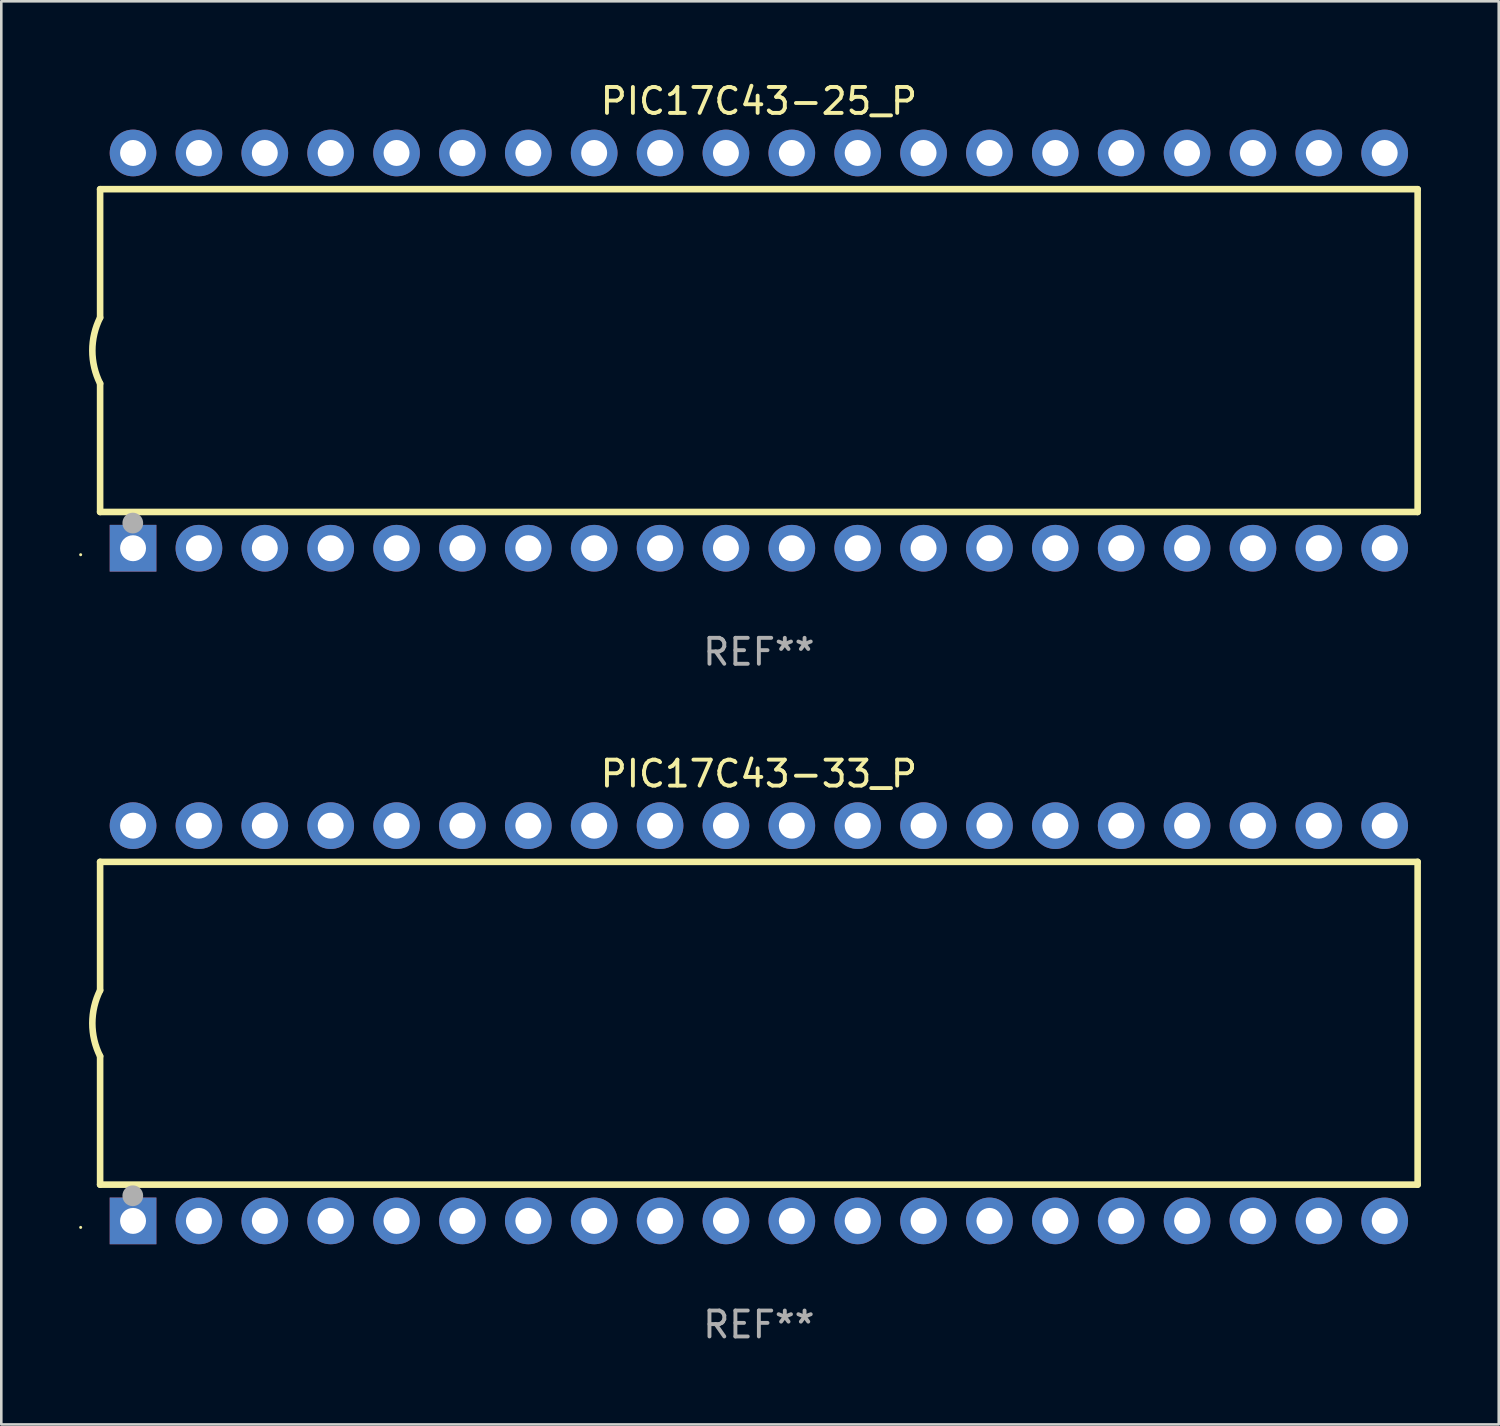
<source format=kicad_pcb>
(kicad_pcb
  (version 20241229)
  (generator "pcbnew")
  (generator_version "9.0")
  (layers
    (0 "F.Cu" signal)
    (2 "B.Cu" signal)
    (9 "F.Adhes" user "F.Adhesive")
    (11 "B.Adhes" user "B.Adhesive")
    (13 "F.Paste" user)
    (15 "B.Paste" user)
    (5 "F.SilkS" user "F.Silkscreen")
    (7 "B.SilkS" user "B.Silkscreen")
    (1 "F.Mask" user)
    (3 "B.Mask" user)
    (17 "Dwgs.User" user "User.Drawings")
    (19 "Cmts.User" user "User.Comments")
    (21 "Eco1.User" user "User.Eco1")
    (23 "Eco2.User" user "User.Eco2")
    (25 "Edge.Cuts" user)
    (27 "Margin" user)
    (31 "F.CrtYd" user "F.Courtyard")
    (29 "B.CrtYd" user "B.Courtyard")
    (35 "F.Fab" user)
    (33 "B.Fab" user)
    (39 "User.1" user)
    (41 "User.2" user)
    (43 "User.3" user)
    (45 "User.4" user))
  (footprint "PIC17C43-25_P"
    (layer "F.Cu")
    (at 26.21 10.468)
    (property "Reference" "PIC17C43-25_P" (at 0 -9.62 0) (layer "F.SilkS") (effects (font (size 1 1) (thickness 0.15))))
    (attr through_hole)
    (fp_line (start -25.4 -6.224) (end -25.4 -1.271) (stroke (width 0.254) (type solid)) (layer "F.SilkS"))
    (fp_line (start -25.4 -6.224) (end 25.4 -6.224) (stroke (width 0.254) (type solid)) (layer "F.SilkS"))
    (fp_line (start -25.4 1.269) (end -25.4 6.222) (stroke (width 0.254) (type solid)) (layer "F.SilkS"))
    (fp_line (start -25.4 6.222) (end 25.4 6.222) (stroke (width 0.254) (type solid)) (layer "F.SilkS"))
    (fp_line (start 25.4 6.222) (end 25.4 -6.224) (stroke (width 0.254) (type solid)) (layer "F.SilkS"))
    (fp_arc (start -25.4 1.269241) (mid -25.699807 -0.000762) (end -25.4 -1.270765) (stroke (width 0.254001) (type solid)) (layer "F.SilkS"))
    (fp_circle (center -26.15 7.87) (end -26.12 7.87) (stroke (width 0.06) (type solid)) (fill no) (layer "F.SilkS"))
    (fp_circle (center -24.14 6.65) (end -23.94 6.65) (stroke (width 0.4) (type solid)) (fill no) (layer "F.Fab"))
    (fp_text user "REF**" (at 0 11.62 0) (layer "F.Fab") (effects (font (size 1 1) (thickness 0.15))))
    (pad "1" thru_hole rect (at -24.13 7.62 90) (size 1.8 1.8) (drill 1) (layers "*.Cu" "*.Mask"))
    (pad "2" thru_hole circle (at -21.59 7.62) (size 1.8 1.8) (drill 1) (layers "*.Cu" "*.Mask"))
    (pad "3" thru_hole circle (at -19.05 7.62) (size 1.8 1.8) (drill 1) (layers "*.Cu" "*.Mask"))
    (pad "4" thru_hole circle (at -16.51 7.62) (size 1.8 1.8) (drill 1) (layers "*.Cu" "*.Mask"))
    (pad "5" thru_hole circle (at -13.97 7.62) (size 1.8 1.8) (drill 1) (layers "*.Cu" "*.Mask"))
    (pad "6" thru_hole circle (at -11.43 7.62) (size 1.8 1.8) (drill 1) (layers "*.Cu" "*.Mask"))
    (pad "7" thru_hole circle (at -8.89 7.62) (size 1.8 1.8) (drill 1) (layers "*.Cu" "*.Mask"))
    (pad "8" thru_hole circle (at -6.35 7.62) (size 1.8 1.8) (drill 1) (layers "*.Cu" "*.Mask"))
    (pad "9" thru_hole circle (at -3.81 7.62) (size 1.8 1.8) (drill 1) (layers "*.Cu" "*.Mask"))
    (pad "10" thru_hole circle (at -1.27 7.62) (size 1.8 1.8) (drill 1) (layers "*.Cu" "*.Mask"))
    (pad "11" thru_hole circle (at 1.27 7.62) (size 1.8 1.8) (drill 1) (layers "*.Cu" "*.Mask"))
    (pad "12" thru_hole circle (at 3.81 7.62) (size 1.8 1.8) (drill 1) (layers "*.Cu" "*.Mask"))
    (pad "13" thru_hole circle (at 6.35 7.62) (size 1.8 1.8) (drill 1) (layers "*.Cu" "*.Mask"))
    (pad "14" thru_hole circle (at 8.89 7.62) (size 1.8 1.8) (drill 1) (layers "*.Cu" "*.Mask"))
    (pad "15" thru_hole circle (at 11.43 7.62) (size 1.8 1.8) (drill 1) (layers "*.Cu" "*.Mask"))
    (pad "16" thru_hole circle (at 13.97 7.62) (size 1.8 1.8) (drill 1) (layers "*.Cu" "*.Mask"))
    (pad "17" thru_hole circle (at 16.51 7.62) (size 1.8 1.8) (drill 1) (layers "*.Cu" "*.Mask"))
    (pad "18" thru_hole circle (at 19.05 7.62) (size 1.8 1.8) (drill 1) (layers "*.Cu" "*.Mask"))
    (pad "19" thru_hole circle (at 21.59 7.62) (size 1.8 1.8) (drill 1) (layers "*.Cu" "*.Mask"))
    (pad "20" thru_hole circle (at 24.13 7.62) (size 1.8 1.8) (drill 1) (layers "*.Cu" "*.Mask"))
    (pad "21" thru_hole circle (at 24.13 -7.62) (size 1.8 1.8) (drill 1) (layers "*.Cu" "*.Mask"))
    (pad "22" thru_hole circle (at 21.59 -7.62) (size 1.8 1.8) (drill 1) (layers "*.Cu" "*.Mask"))
    (pad "23" thru_hole circle (at 19.05 -7.62) (size 1.8 1.8) (drill 1) (layers "*.Cu" "*.Mask"))
    (pad "24" thru_hole circle (at 16.51 -7.62) (size 1.8 1.8) (drill 1) (layers "*.Cu" "*.Mask"))
    (pad "25" thru_hole circle (at 13.97 -7.62) (size 1.8 1.8) (drill 1) (layers "*.Cu" "*.Mask"))
    (pad "26" thru_hole circle (at 11.43 -7.62) (size 1.8 1.8) (drill 1) (layers "*.Cu" "*.Mask"))
    (pad "27" thru_hole circle (at 8.89 -7.62) (size 1.8 1.8) (drill 1) (layers "*.Cu" "*.Mask"))
    (pad "28" thru_hole circle (at 6.35 -7.62) (size 1.8 1.8) (drill 1) (layers "*.Cu" "*.Mask"))
    (pad "29" thru_hole circle (at 3.81 -7.62) (size 1.8 1.8) (drill 1) (layers "*.Cu" "*.Mask"))
    (pad "30" thru_hole circle (at 1.27 -7.62) (size 1.8 1.8) (drill 1) (layers "*.Cu" "*.Mask"))
    (pad "31" thru_hole circle (at -1.27 -7.62) (size 1.8 1.8) (drill 1) (layers "*.Cu" "*.Mask"))
    (pad "32" thru_hole circle (at -3.81 -7.62) (size 1.8 1.8) (drill 1) (layers "*.Cu" "*.Mask"))
    (pad "33" thru_hole circle (at -6.35 -7.62) (size 1.8 1.8) (drill 1) (layers "*.Cu" "*.Mask"))
    (pad "34" thru_hole circle (at -8.89 -7.62) (size 1.8 1.8) (drill 1) (layers "*.Cu" "*.Mask"))
    (pad "35" thru_hole circle (at -11.43 -7.62) (size 1.8 1.8) (drill 1) (layers "*.Cu" "*.Mask"))
    (pad "36" thru_hole circle (at -13.97 -7.62) (size 1.8 1.8) (drill 1) (layers "*.Cu" "*.Mask"))
    (pad "37" thru_hole circle (at -16.51 -7.62) (size 1.8 1.8) (drill 1) (layers "*.Cu" "*.Mask"))
    (pad "38" thru_hole circle (at -19.05 -7.62) (size 1.8 1.8) (drill 1) (layers "*.Cu" "*.Mask"))
    (pad "39" thru_hole circle (at -21.59 -7.62) (size 1.8 1.8) (drill 1) (layers "*.Cu" "*.Mask"))
    (pad "40" thru_hole circle (at -24.13 -7.62) (size 1.8 1.8) (drill 1) (layers "*.Cu" "*.Mask")))
  (footprint "PIC17C43-33_P"
    (layer "F.Cu")
    (at 26.21 36.405)
    (property "Reference" "PIC17C43-33_P" (at 0 -9.62 0) (layer "F.SilkS") (effects (font (size 1 1) (thickness 0.15))))
    (attr through_hole)
    (fp_line (start -25.4 -6.224) (end -25.4 -1.271) (stroke (width 0.254) (type solid)) (layer "F.SilkS"))
    (fp_line (start -25.4 -6.224) (end 25.4 -6.224) (stroke (width 0.254) (type solid)) (layer "F.SilkS"))
    (fp_line (start -25.4 1.269) (end -25.4 6.222) (stroke (width 0.254) (type solid)) (layer "F.SilkS"))
    (fp_line (start -25.4 6.222) (end 25.4 6.222) (stroke (width 0.254) (type solid)) (layer "F.SilkS"))
    (fp_line (start 25.4 6.222) (end 25.4 -6.224) (stroke (width 0.254) (type solid)) (layer "F.SilkS"))
    (fp_arc (start -25.4 1.269241) (mid -25.699807 -0.000762) (end -25.4 -1.270765) (stroke (width 0.254001) (type solid)) (layer "F.SilkS"))
    (fp_circle (center -26.15 7.87) (end -26.12 7.87) (stroke (width 0.06) (type solid)) (fill no) (layer "F.SilkS"))
    (fp_circle (center -24.14 6.65) (end -23.94 6.65) (stroke (width 0.4) (type solid)) (fill no) (layer "F.Fab"))
    (fp_text user "REF**" (at 0 11.62 0) (layer "F.Fab") (effects (font (size 1 1) (thickness 0.15))))
    (pad "1" thru_hole rect (at -24.13 7.62 90) (size 1.8 1.8) (drill 1) (layers "*.Cu" "*.Mask"))
    (pad "2" thru_hole circle (at -21.59 7.62) (size 1.8 1.8) (drill 1) (layers "*.Cu" "*.Mask"))
    (pad "3" thru_hole circle (at -19.05 7.62) (size 1.8 1.8) (drill 1) (layers "*.Cu" "*.Mask"))
    (pad "4" thru_hole circle (at -16.51 7.62) (size 1.8 1.8) (drill 1) (layers "*.Cu" "*.Mask"))
    (pad "5" thru_hole circle (at -13.97 7.62) (size 1.8 1.8) (drill 1) (layers "*.Cu" "*.Mask"))
    (pad "6" thru_hole circle (at -11.43 7.62) (size 1.8 1.8) (drill 1) (layers "*.Cu" "*.Mask"))
    (pad "7" thru_hole circle (at -8.89 7.62) (size 1.8 1.8) (drill 1) (layers "*.Cu" "*.Mask"))
    (pad "8" thru_hole circle (at -6.35 7.62) (size 1.8 1.8) (drill 1) (layers "*.Cu" "*.Mask"))
    (pad "9" thru_hole circle (at -3.81 7.62) (size 1.8 1.8) (drill 1) (layers "*.Cu" "*.Mask"))
    (pad "10" thru_hole circle (at -1.27 7.62) (size 1.8 1.8) (drill 1) (layers "*.Cu" "*.Mask"))
    (pad "11" thru_hole circle (at 1.27 7.62) (size 1.8 1.8) (drill 1) (layers "*.Cu" "*.Mask"))
    (pad "12" thru_hole circle (at 3.81 7.62) (size 1.8 1.8) (drill 1) (layers "*.Cu" "*.Mask"))
    (pad "13" thru_hole circle (at 6.35 7.62) (size 1.8 1.8) (drill 1) (layers "*.Cu" "*.Mask"))
    (pad "14" thru_hole circle (at 8.89 7.62) (size 1.8 1.8) (drill 1) (layers "*.Cu" "*.Mask"))
    (pad "15" thru_hole circle (at 11.43 7.62) (size 1.8 1.8) (drill 1) (layers "*.Cu" "*.Mask"))
    (pad "16" thru_hole circle (at 13.97 7.62) (size 1.8 1.8) (drill 1) (layers "*.Cu" "*.Mask"))
    (pad "17" thru_hole circle (at 16.51 7.62) (size 1.8 1.8) (drill 1) (layers "*.Cu" "*.Mask"))
    (pad "18" thru_hole circle (at 19.05 7.62) (size 1.8 1.8) (drill 1) (layers "*.Cu" "*.Mask"))
    (pad "19" thru_hole circle (at 21.59 7.62) (size 1.8 1.8) (drill 1) (layers "*.Cu" "*.Mask"))
    (pad "20" thru_hole circle (at 24.13 7.62) (size 1.8 1.8) (drill 1) (layers "*.Cu" "*.Mask"))
    (pad "21" thru_hole circle (at 24.13 -7.62) (size 1.8 1.8) (drill 1) (layers "*.Cu" "*.Mask"))
    (pad "22" thru_hole circle (at 21.59 -7.62) (size 1.8 1.8) (drill 1) (layers "*.Cu" "*.Mask"))
    (pad "23" thru_hole circle (at 19.05 -7.62) (size 1.8 1.8) (drill 1) (layers "*.Cu" "*.Mask"))
    (pad "24" thru_hole circle (at 16.51 -7.62) (size 1.8 1.8) (drill 1) (layers "*.Cu" "*.Mask"))
    (pad "25" thru_hole circle (at 13.97 -7.62) (size 1.8 1.8) (drill 1) (layers "*.Cu" "*.Mask"))
    (pad "26" thru_hole circle (at 11.43 -7.62) (size 1.8 1.8) (drill 1) (layers "*.Cu" "*.Mask"))
    (pad "27" thru_hole circle (at 8.89 -7.62) (size 1.8 1.8) (drill 1) (layers "*.Cu" "*.Mask"))
    (pad "28" thru_hole circle (at 6.35 -7.62) (size 1.8 1.8) (drill 1) (layers "*.Cu" "*.Mask"))
    (pad "29" thru_hole circle (at 3.81 -7.62) (size 1.8 1.8) (drill 1) (layers "*.Cu" "*.Mask"))
    (pad "30" thru_hole circle (at 1.27 -7.62) (size 1.8 1.8) (drill 1) (layers "*.Cu" "*.Mask"))
    (pad "31" thru_hole circle (at -1.27 -7.62) (size 1.8 1.8) (drill 1) (layers "*.Cu" "*.Mask"))
    (pad "32" thru_hole circle (at -3.81 -7.62) (size 1.8 1.8) (drill 1) (layers "*.Cu" "*.Mask"))
    (pad "33" thru_hole circle (at -6.35 -7.62) (size 1.8 1.8) (drill 1) (layers "*.Cu" "*.Mask"))
    (pad "34" thru_hole circle (at -8.89 -7.62) (size 1.8 1.8) (drill 1) (layers "*.Cu" "*.Mask"))
    (pad "35" thru_hole circle (at -11.43 -7.62) (size 1.8 1.8) (drill 1) (layers "*.Cu" "*.Mask"))
    (pad "36" thru_hole circle (at -13.97 -7.62) (size 1.8 1.8) (drill 1) (layers "*.Cu" "*.Mask"))
    (pad "37" thru_hole circle (at -16.51 -7.62) (size 1.8 1.8) (drill 1) (layers "*.Cu" "*.Mask"))
    (pad "38" thru_hole circle (at -19.05 -7.62) (size 1.8 1.8) (drill 1) (layers "*.Cu" "*.Mask"))
    (pad "39" thru_hole circle (at -21.59 -7.62) (size 1.8 1.8) (drill 1) (layers "*.Cu" "*.Mask"))
    (pad "40" thru_hole circle (at -24.13 -7.62) (size 1.8 1.8) (drill 1) (layers "*.Cu" "*.Mask")))
  (gr_rect
    (start -3 -3)
    (end 54.737 51.873)
    (stroke (width 0.1) (type default))
    (fill no)
    (layer "Edge.Cuts")))
</source>
